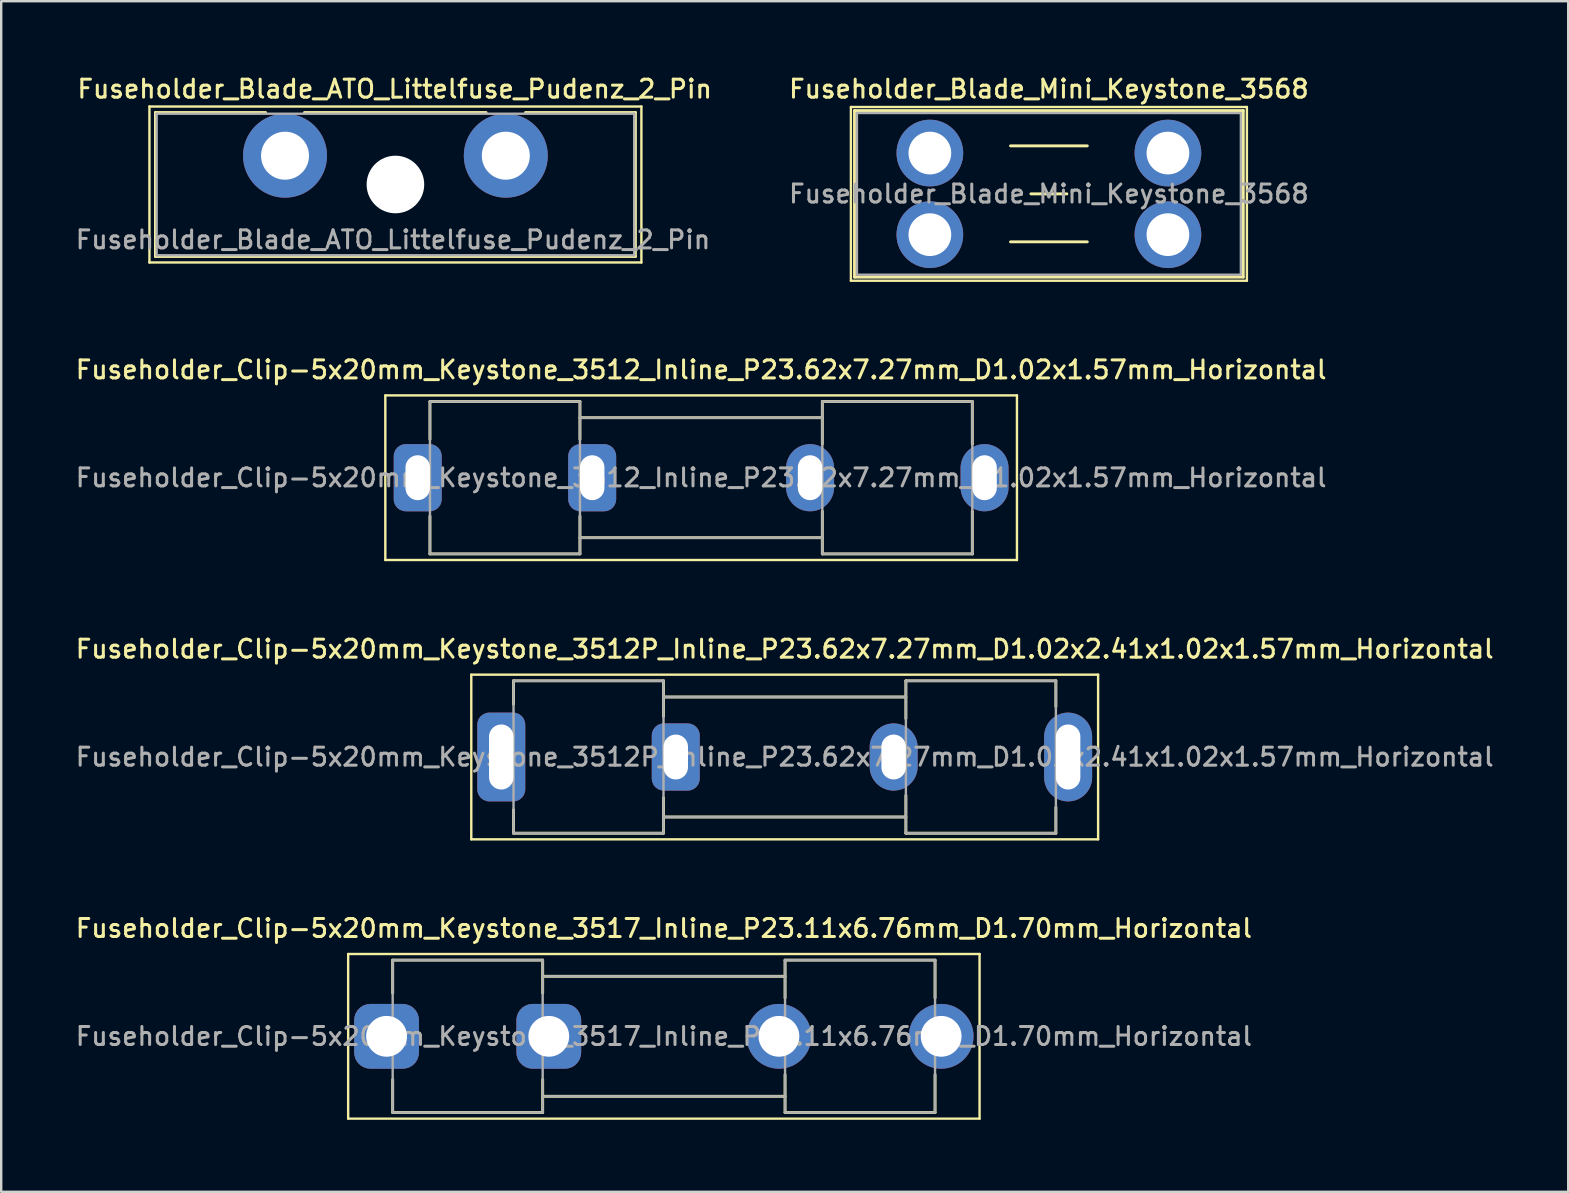
<source format=kicad_pcb>
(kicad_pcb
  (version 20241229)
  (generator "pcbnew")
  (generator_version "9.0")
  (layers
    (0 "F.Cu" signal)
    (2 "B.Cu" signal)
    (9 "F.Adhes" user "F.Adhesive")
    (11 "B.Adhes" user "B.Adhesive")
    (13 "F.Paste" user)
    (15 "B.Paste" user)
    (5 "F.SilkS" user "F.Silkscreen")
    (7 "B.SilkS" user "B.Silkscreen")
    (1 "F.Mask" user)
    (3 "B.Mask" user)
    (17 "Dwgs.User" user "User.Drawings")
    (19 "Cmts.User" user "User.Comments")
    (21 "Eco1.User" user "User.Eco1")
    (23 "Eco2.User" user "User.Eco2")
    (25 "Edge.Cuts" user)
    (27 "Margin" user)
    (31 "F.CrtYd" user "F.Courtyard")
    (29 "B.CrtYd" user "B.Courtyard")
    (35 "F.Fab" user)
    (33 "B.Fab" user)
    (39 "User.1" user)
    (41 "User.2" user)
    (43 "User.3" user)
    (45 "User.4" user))
  (footprint "Fuseholder_Clip-5x20mm_Keystone_3517_Inline_P23.11x6.76mm_D1.70mm_Horizontal"
    (layer "F.Cu")
    (at 13.058 40.133)
    (property "Reference" "Fuseholder_Clip-5x20mm_Keystone_3517_Inline_P23.11x6.76mm_D1.70mm_Horizontal" (at 11.555 -4.5 0) (layer "F.SilkS") (effects (font (size 0.75 0.75) (thickness 0.125))))
    (attr through_hole)
    (fp_line (start -1.6 -3.43) (end -1.6 3.43) (stroke (width 0.1) (type solid)) (layer "F.SilkS"))
    (fp_line (start -1.6 -3.43) (end 24.71 -3.43) (stroke (width 0.1) (type solid)) (layer "F.SilkS"))
    (fp_line (start 0.255 -3.175) (end 0.255 -1.8) (stroke (width 0.12) (type solid)) (layer "F.SilkS"))
    (fp_line (start 0.255 3.175) (end 0.255 1.8) (stroke (width 0.12) (type solid)) (layer "F.SilkS"))
    (fp_line (start 6.505 -3.175) (end 0.255 -3.175) (stroke (width 0.12) (type solid)) (layer "F.SilkS"))
    (fp_line (start 6.505 -3.175) (end 6.505 -1.8) (stroke (width 0.12) (type solid)) (layer "F.SilkS"))
    (fp_line (start 6.505 3.175) (end 0.255 3.175) (stroke (width 0.12) (type solid)) (layer "F.SilkS"))
    (fp_line (start 6.505 3.175) (end 6.505 1.8) (stroke (width 0.12) (type solid)) (layer "F.SilkS"))
    (fp_line (start 16.605 -3.175) (end 16.605 -1.6) (stroke (width 0.12) (type solid)) (layer "F.SilkS"))
    (fp_line (start 16.605 -2.5) (end 6.505 -2.5) (stroke (width 0.12) (type solid)) (layer "F.SilkS"))
    (fp_line (start 16.605 2.5) (end 6.505 2.5) (stroke (width 0.12) (type solid)) (layer "F.SilkS"))
    (fp_line (start 16.605 3.175) (end 16.605 1.6) (stroke (width 0.12) (type solid)) (layer "F.SilkS"))
    (fp_line (start 16.605 3.175) (end 22.855 3.175) (stroke (width 0.12) (type solid)) (layer "F.SilkS"))
    (fp_line (start 22.855 -3.175) (end 16.605 -3.175) (stroke (width 0.12) (type solid)) (layer "F.SilkS"))
    (fp_line (start 22.855 -1.6) (end 22.855 -3.175) (stroke (width 0.12) (type solid)) (layer "F.SilkS"))
    (fp_line (start 22.855 1.6) (end 22.855 3.175) (stroke (width 0.12) (type solid)) (layer "F.SilkS"))
    (fp_line (start 24.71 3.43) (end -1.6 3.43) (stroke (width 0.1) (type solid)) (layer "F.SilkS"))
    (fp_line (start 24.71 3.43) (end 24.71 -3.43) (stroke (width 0.1) (type solid)) (layer "F.SilkS"))
    (fp_line (start 0.255 -3.175) (end 6.505 -3.175) (stroke (width 0.1) (type solid)) (layer "F.Fab"))
    (fp_line (start 0.255 3.175) (end 0.255 -3.175) (stroke (width 0.1) (type solid)) (layer "F.Fab"))
    (fp_line (start 6.505 -3.175) (end 6.505 3.175) (stroke (width 0.1) (type solid)) (layer "F.Fab"))
    (fp_line (start 6.505 -2.5) (end 16.605 -2.5) (stroke (width 0.1) (type solid)) (layer "F.Fab"))
    (fp_line (start 6.505 3.175) (end 0.255 3.175) (stroke (width 0.1) (type solid)) (layer "F.Fab"))
    (fp_line (start 16.605 -3.175) (end 16.605 3.175) (stroke (width 0.1) (type solid)) (layer "F.Fab"))
    (fp_line (start 16.605 2.5) (end 6.505 2.5) (stroke (width 0.1) (type solid)) (layer "F.Fab"))
    (fp_line (start 16.605 3.175) (end 22.855 3.175) (stroke (width 0.1) (type solid)) (layer "F.Fab"))
    (fp_line (start 22.855 -3.175) (end 16.605 -3.175) (stroke (width 0.1) (type solid)) (layer "F.Fab"))
    (fp_line (start 22.855 3.175) (end 22.855 -3.175) (stroke (width 0.1) (type solid)) (layer "F.Fab"))
    (fp_text user "${REFERENCE}" (at 11.555 0 0) (layer "F.Fab") (effects (font (size 0.75 0.75) (thickness 0.125))))
    (pad "1" thru_hole roundrect (at 0 0) (size 2.7 2.7) (drill 1.7) (layers "*.Cu" "*.Mask") (roundrect_rratio 0.25))
    (pad "1" thru_hole roundrect (at 6.76 0) (size 2.7 2.7) (drill 1.7) (layers "*.Cu" "*.Mask") (roundrect_rratio 0.25))
    (pad "2" thru_hole circle (at 16.35 0) (size 2.7 2.7) (drill 1.7) (layers "*.Cu" "*.Mask"))
    (pad "2" thru_hole circle (at 23.11 0) (size 2.7 2.7) (drill 1.7) (layers "*.Cu" "*.Mask")))
  (footprint "Fuseholder_Blade_Mini_Keystone_3568"
    (layer "F.Cu")
    (at 35.697 3.328)
    (property "Reference" "Fuseholder_Blade_Mini_Keystone_3568" (at 4.96 -2.67 0) (layer "F.SilkS") (effects (font (size 0.75 0.75) (thickness 0.125))))
    (attr through_hole)
    (fp_line (start -3.29 -1.92) (end -3.29 5.32) (stroke (width 0.1) (type solid)) (layer "F.SilkS"))
    (fp_line (start -3.29 5.32) (end 13.21 5.32) (stroke (width 0.1) (type solid)) (layer "F.SilkS"))
    (fp_line (start -3.14 -1.77) (end -3.14 5.17) (stroke (width 0.12) (type solid)) (layer "F.SilkS"))
    (fp_line (start -3.14 5.17) (end 13.06 5.17) (stroke (width 0.12) (type solid)) (layer "F.SilkS"))
    (fp_line (start 3.36 -0.3) (end 6.56 -0.3) (stroke (width 0.12) (type solid)) (layer "F.SilkS"))
    (fp_line (start 4.21 1.7) (end 5.71 1.7) (stroke (width 0.12) (type solid)) (layer "F.SilkS"))
    (fp_line (start 6.56 3.7) (end 3.36 3.7) (stroke (width 0.12) (type solid)) (layer "F.SilkS"))
    (fp_line (start 13.06 -1.77) (end -3.14 -1.77) (stroke (width 0.12) (type solid)) (layer "F.SilkS"))
    (fp_line (start 13.06 5.17) (end 13.06 -1.77) (stroke (width 0.12) (type solid)) (layer "F.SilkS"))
    (fp_line (start 13.21 -1.92) (end -3.29 -1.92) (stroke (width 0.1) (type solid)) (layer "F.SilkS"))
    (fp_line (start 13.21 5.32) (end 13.21 -1.92) (stroke (width 0.1) (type solid)) (layer "F.SilkS"))
    (fp_line (start -3.04 -1.67) (end -3.04 5.07) (stroke (width 0.1) (type solid)) (layer "F.Fab"))
    (fp_line (start -3.04 5.07) (end 12.96 5.07) (stroke (width 0.1) (type solid)) (layer "F.Fab"))
    (fp_line (start 12.96 -1.67) (end -3.04 -1.67) (stroke (width 0.1) (type solid)) (layer "F.Fab"))
    (fp_line (start 12.96 5.07) (end 12.96 -1.67) (stroke (width 0.1) (type solid)) (layer "F.Fab"))
    (fp_text user "${REFERENCE}" (at 4.96 1.7 0) (layer "F.Fab") (effects (font (size 0.75 0.75) (thickness 0.125))))
    (pad "1" thru_hole circle (at 0 0) (size 2.78 2.78) (drill 1.78) (layers "*.Cu" "*.Mask"))
    (pad "1" thru_hole circle (at 0 3.4) (size 2.78 2.78) (drill 1.78) (layers "*.Cu" "*.Mask"))
    (pad "2" thru_hole circle (at 9.92 0) (size 2.78 2.78) (drill 1.78) (layers "*.Cu" "*.Mask"))
    (pad "2" thru_hole circle (at 9.92 3.4) (size 2.78 2.78) (drill 1.78) (layers "*.Cu" "*.Mask")))
  (footprint "Fuseholder_Clip-5x20mm_Keystone_3512_Inline_P23.62x7.27mm_D1.02x1.57mm_Horizontal"
    (layer "F.Cu")
    (at 14.356 16.856)
    (property "Reference" "Fuseholder_Clip-5x20mm_Keystone_3512_Inline_P23.62x7.27mm_D1.02x1.57mm_Horizontal" (at 11.81 -4.5 0) (layer "F.SilkS") (effects (font (size 0.75 0.75) (thickness 0.125))))
    (attr through_hole)
    (fp_line (start -1.35 -3.43) (end -1.35 3.43) (stroke (width 0.1) (type solid)) (layer "F.SilkS"))
    (fp_line (start -1.35 -3.43) (end 24.97 -3.43) (stroke (width 0.1) (type solid)) (layer "F.SilkS"))
    (fp_line (start 0.51 -3.175) (end 0.51 -1.6) (stroke (width 0.12) (type solid)) (layer "F.SilkS"))
    (fp_line (start 0.51 3.175) (end 0.51 1.6) (stroke (width 0.12) (type solid)) (layer "F.SilkS"))
    (fp_line (start 6.76 -3.175) (end 0.51 -3.175) (stroke (width 0.12) (type solid)) (layer "F.SilkS"))
    (fp_line (start 6.76 -3.175) (end 6.76 -1.6) (stroke (width 0.12) (type solid)) (layer "F.SilkS"))
    (fp_line (start 6.76 3.175) (end 0.51 3.175) (stroke (width 0.12) (type solid)) (layer "F.SilkS"))
    (fp_line (start 6.76 3.175) (end 6.76 1.6) (stroke (width 0.12) (type solid)) (layer "F.SilkS"))
    (fp_line (start 16.86 -3.175) (end 16.86 -1.4) (stroke (width 0.12) (type solid)) (layer "F.SilkS"))
    (fp_line (start 16.86 -2.5) (end 6.76 -2.5) (stroke (width 0.12) (type solid)) (layer "F.SilkS"))
    (fp_line (start 16.86 2.5) (end 6.76 2.5) (stroke (width 0.12) (type solid)) (layer "F.SilkS"))
    (fp_line (start 16.86 3.175) (end 16.86 1.4) (stroke (width 0.12) (type solid)) (layer "F.SilkS"))
    (fp_line (start 16.86 3.175) (end 23.11 3.175) (stroke (width 0.12) (type solid)) (layer "F.SilkS"))
    (fp_line (start 23.11 -3.175) (end 16.86 -3.175) (stroke (width 0.12) (type solid)) (layer "F.SilkS"))
    (fp_line (start 23.11 -1.4) (end 23.11 -3.175) (stroke (width 0.12) (type solid)) (layer "F.SilkS"))
    (fp_line (start 23.11 1.4) (end 23.11 3.175) (stroke (width 0.12) (type solid)) (layer "F.SilkS"))
    (fp_line (start 24.97 3.43) (end -1.35 3.43) (stroke (width 0.1) (type solid)) (layer "F.SilkS"))
    (fp_line (start 24.97 3.43) (end 24.97 -3.43) (stroke (width 0.1) (type solid)) (layer "F.SilkS"))
    (fp_line (start 0.51 -3.175) (end 6.76 -3.175) (stroke (width 0.1) (type solid)) (layer "F.Fab"))
    (fp_line (start 0.51 3.175) (end 0.51 -3.175) (stroke (width 0.1) (type solid)) (layer "F.Fab"))
    (fp_line (start 6.76 -3.175) (end 6.76 3.175) (stroke (width 0.1) (type solid)) (layer "F.Fab"))
    (fp_line (start 6.76 -2.5) (end 16.86 -2.5) (stroke (width 0.1) (type solid)) (layer "F.Fab"))
    (fp_line (start 6.76 3.175) (end 0.51 3.175) (stroke (width 0.1) (type solid)) (layer "F.Fab"))
    (fp_line (start 16.86 -3.175) (end 16.86 3.175) (stroke (width 0.1) (type solid)) (layer "F.Fab"))
    (fp_line (start 16.86 2.5) (end 6.76 2.5) (stroke (width 0.1) (type solid)) (layer "F.Fab"))
    (fp_line (start 16.86 3.175) (end 23.11 3.175) (stroke (width 0.1) (type solid)) (layer "F.Fab"))
    (fp_line (start 23.11 -3.175) (end 16.86 -3.175) (stroke (width 0.1) (type solid)) (layer "F.Fab"))
    (fp_line (start 23.11 3.175) (end 23.11 -3.175) (stroke (width 0.1) (type solid)) (layer "F.Fab"))
    (fp_text user "${REFERENCE}" (at 11.81 0 0) (layer "F.Fab") (effects (font (size 0.75 0.75) (thickness 0.125))))
    (pad "1" thru_hole roundrect (at 0 0) (size 2 2.8) (drill oval 1.02 1.87) (layers "*.Cu" "*.Mask") (roundrect_rratio 0.25))
    (pad "1" thru_hole roundrect (at 7.27 0) (size 2 2.8) (drill oval 1.02 1.87) (layers "*.Cu" "*.Mask") (roundrect_rratio 0.25))
    (pad "2" thru_hole oval (at 16.35 0) (size 2 2.8) (drill oval 1.02 1.87) (layers "*.Cu" "*.Mask"))
    (pad "2" thru_hole oval (at 23.62 0) (size 2 2.8) (drill oval 1.02 1.87) (layers "*.Cu" "*.Mask")))
  (footprint "Fuseholder_Clip-5x20mm_Keystone_3512P_Inline_P23.62x7.27mm_D1.02x2.41x1.02x1.57mm_Horizontal"
    (layer "F.Cu")
    (at 17.838 28.494)
    (property "Reference" "Fuseholder_Clip-5x20mm_Keystone_3512P_Inline_P23.62x7.27mm_D1.02x2.41x1.02x1.57mm_Horizontal" (at 11.81 -4.5 0) (layer "F.SilkS") (effects (font (size 0.75 0.75) (thickness 0.125))))
    (attr through_hole)
    (fp_line (start -1.25 -3.43) (end -1.25 3.43) (stroke (width 0.1) (type solid)) (layer "F.SilkS"))
    (fp_line (start -1.25 -3.43) (end 24.87 -3.43) (stroke (width 0.1) (type solid)) (layer "F.SilkS"))
    (fp_line (start 0.51 -3.175) (end 0.51 -2.2) (stroke (width 0.12) (type solid)) (layer "F.SilkS"))
    (fp_line (start 0.51 3.175) (end 0.51 2.2) (stroke (width 0.12) (type solid)) (layer "F.SilkS"))
    (fp_line (start 6.76 -3.175) (end 0.51 -3.175) (stroke (width 0.12) (type solid)) (layer "F.SilkS"))
    (fp_line (start 6.76 -3.175) (end 6.76 -1.7) (stroke (width 0.12) (type solid)) (layer "F.SilkS"))
    (fp_line (start 6.76 3.175) (end 0.51 3.175) (stroke (width 0.12) (type solid)) (layer "F.SilkS"))
    (fp_line (start 6.76 3.175) (end 6.76 1.7) (stroke (width 0.12) (type solid)) (layer "F.SilkS"))
    (fp_line (start 16.86 -3.175) (end 16.86 -1.6) (stroke (width 0.12) (type solid)) (layer "F.SilkS"))
    (fp_line (start 16.86 -2.5) (end 6.76 -2.5) (stroke (width 0.12) (type solid)) (layer "F.SilkS"))
    (fp_line (start 16.86 2.5) (end 6.76 2.5) (stroke (width 0.12) (type solid)) (layer "F.SilkS"))
    (fp_line (start 16.86 3.175) (end 16.86 1.6) (stroke (width 0.12) (type solid)) (layer "F.SilkS"))
    (fp_line (start 16.86 3.175) (end 23.11 3.175) (stroke (width 0.12) (type solid)) (layer "F.SilkS"))
    (fp_line (start 23.11 -3.175) (end 16.86 -3.175) (stroke (width 0.12) (type solid)) (layer "F.SilkS"))
    (fp_line (start 23.11 -2.1) (end 23.11 -3.175) (stroke (width 0.12) (type solid)) (layer "F.SilkS"))
    (fp_line (start 23.11 2.1) (end 23.11 3.175) (stroke (width 0.12) (type solid)) (layer "F.SilkS"))
    (fp_line (start 24.87 3.43) (end -1.25 3.43) (stroke (width 0.1) (type solid)) (layer "F.SilkS"))
    (fp_line (start 24.87 3.43) (end 24.87 -3.43) (stroke (width 0.1) (type solid)) (layer "F.SilkS"))
    (fp_line (start 0.51 -3.175) (end 6.76 -3.175) (stroke (width 0.1) (type solid)) (layer "F.Fab"))
    (fp_line (start 0.51 3.175) (end 0.51 -3.175) (stroke (width 0.1) (type solid)) (layer "F.Fab"))
    (fp_line (start 6.76 -3.175) (end 6.76 3.175) (stroke (width 0.1) (type solid)) (layer "F.Fab"))
    (fp_line (start 6.76 -2.5) (end 16.86 -2.5) (stroke (width 0.1) (type solid)) (layer "F.Fab"))
    (fp_line (start 6.76 3.175) (end 0.51 3.175) (stroke (width 0.1) (type solid)) (layer "F.Fab"))
    (fp_line (start 16.86 -3.175) (end 16.86 3.175) (stroke (width 0.1) (type solid)) (layer "F.Fab"))
    (fp_line (start 16.86 2.5) (end 6.76 2.5) (stroke (width 0.1) (type solid)) (layer "F.Fab"))
    (fp_line (start 16.86 3.175) (end 23.11 3.175) (stroke (width 0.1) (type solid)) (layer "F.Fab"))
    (fp_line (start 23.11 -3.175) (end 16.86 -3.175) (stroke (width 0.1) (type solid)) (layer "F.Fab"))
    (fp_line (start 23.11 3.175) (end 23.11 -3.175) (stroke (width 0.1) (type solid)) (layer "F.Fab"))
    (fp_text user "${REFERENCE}" (at 11.81 0 0) (layer "F.Fab") (effects (font (size 0.75 0.75) (thickness 0.125))))
    (pad "1" thru_hole roundrect (at 0 0) (size 2 3.7) (drill oval 1.02 2.71) (layers "*.Cu" "*.Mask") (roundrect_rratio 0.25))
    (pad "1" thru_hole roundrect (at 7.27 0) (size 2 2.8) (drill oval 1.02 1.87) (layers "*.Cu" "*.Mask") (roundrect_rratio 0.25))
    (pad "2" thru_hole oval (at 16.35 0) (size 2 2.8) (drill oval 1.02 1.87) (layers "*.Cu" "*.Mask"))
    (pad "2" thru_hole oval (at 23.62 0) (size 2 3.7) (drill oval 1.02 2.71) (layers "*.Cu" "*.Mask")))
  (footprint "Fuseholder_Blade_ATO_Littelfuse_Pudenz_2_Pin"
    (layer "F.Cu")
    (at 8.827 3.438)
    (property "Reference" "Fuseholder_Blade_ATO_Littelfuse_Pudenz_2_Pin" (at 4.57 -2.78 0) (layer "F.SilkS") (effects (font (size 0.75 0.75) (thickness 0.125))))
    (attr through_hole)
    (fp_line (start -5.65 -2.05) (end -5.65 4.45) (stroke (width 0.1) (type solid)) (layer "F.SilkS"))
    (fp_line (start -5.65 -2.05) (end 14.85 -2.05) (stroke (width 0.1) (type solid)) (layer "F.SilkS"))
    (fp_line (start -5.4 -1.8) (end -0.81 -1.8) (stroke (width 0.12) (type solid)) (layer "F.SilkS"))
    (fp_line (start -5.4 4.2) (end -5.4 -1.8) (stroke (width 0.12) (type solid)) (layer "F.SilkS"))
    (fp_line (start 0.81 -1.8) (end 8.38 -1.8) (stroke (width 0.12) (type solid)) (layer "F.SilkS"))
    (fp_line (start 10.02 -1.8) (end 14.6 -1.8) (stroke (width 0.12) (type solid)) (layer "F.SilkS"))
    (fp_line (start 14.6 -1.8) (end 14.6 4.2) (stroke (width 0.12) (type solid)) (layer "F.SilkS"))
    (fp_line (start 14.6 4.2) (end -5.4 4.2) (stroke (width 0.12) (type solid)) (layer "F.SilkS"))
    (fp_line (start 14.85 4.45) (end -5.65 4.45) (stroke (width 0.1) (type solid)) (layer "F.SilkS"))
    (fp_line (start 14.85 4.45) (end 14.85 -2.05) (stroke (width 0.1) (type solid)) (layer "F.SilkS"))
    (fp_line (start -5.35 -1.75) (end 14.55 -1.75) (stroke (width 0.1) (type solid)) (layer "F.Fab"))
    (fp_line (start -5.35 4.15) (end -5.35 -1.75) (stroke (width 0.1) (type solid)) (layer "F.Fab"))
    (fp_line (start 14.55 -1.75) (end 14.55 4.15) (stroke (width 0.1) (type solid)) (layer "F.Fab"))
    (fp_line (start 14.55 4.15) (end -5.35 4.15) (stroke (width 0.1) (type solid)) (layer "F.Fab"))
    (fp_text user "${REFERENCE}" (at 4.5 3.5 0) (layer "F.Fab") (effects (font (size 0.75 0.75) (thickness 0.125))))
    (pad "" np_thru_hole circle (at 4.6 1.2) (size 2.4 2.4) (drill 2.4) (layers "*.Cu" "*.Mask"))
    (pad "1" thru_hole circle (at 0 0) (size 3.5 3.5) (drill 2) (layers "*.Cu" "*.Mask"))
    (pad "2" thru_hole circle (at 9.2 0) (size 3.5 3.5) (drill 2) (layers "*.Cu" "*.Mask")))
  (gr_rect
    (start -3 -3)
    (end 62.296 46.612)
    (stroke (width 0.1) (type default))
    (fill no)
    (layer "Edge.Cuts")))
</source>
